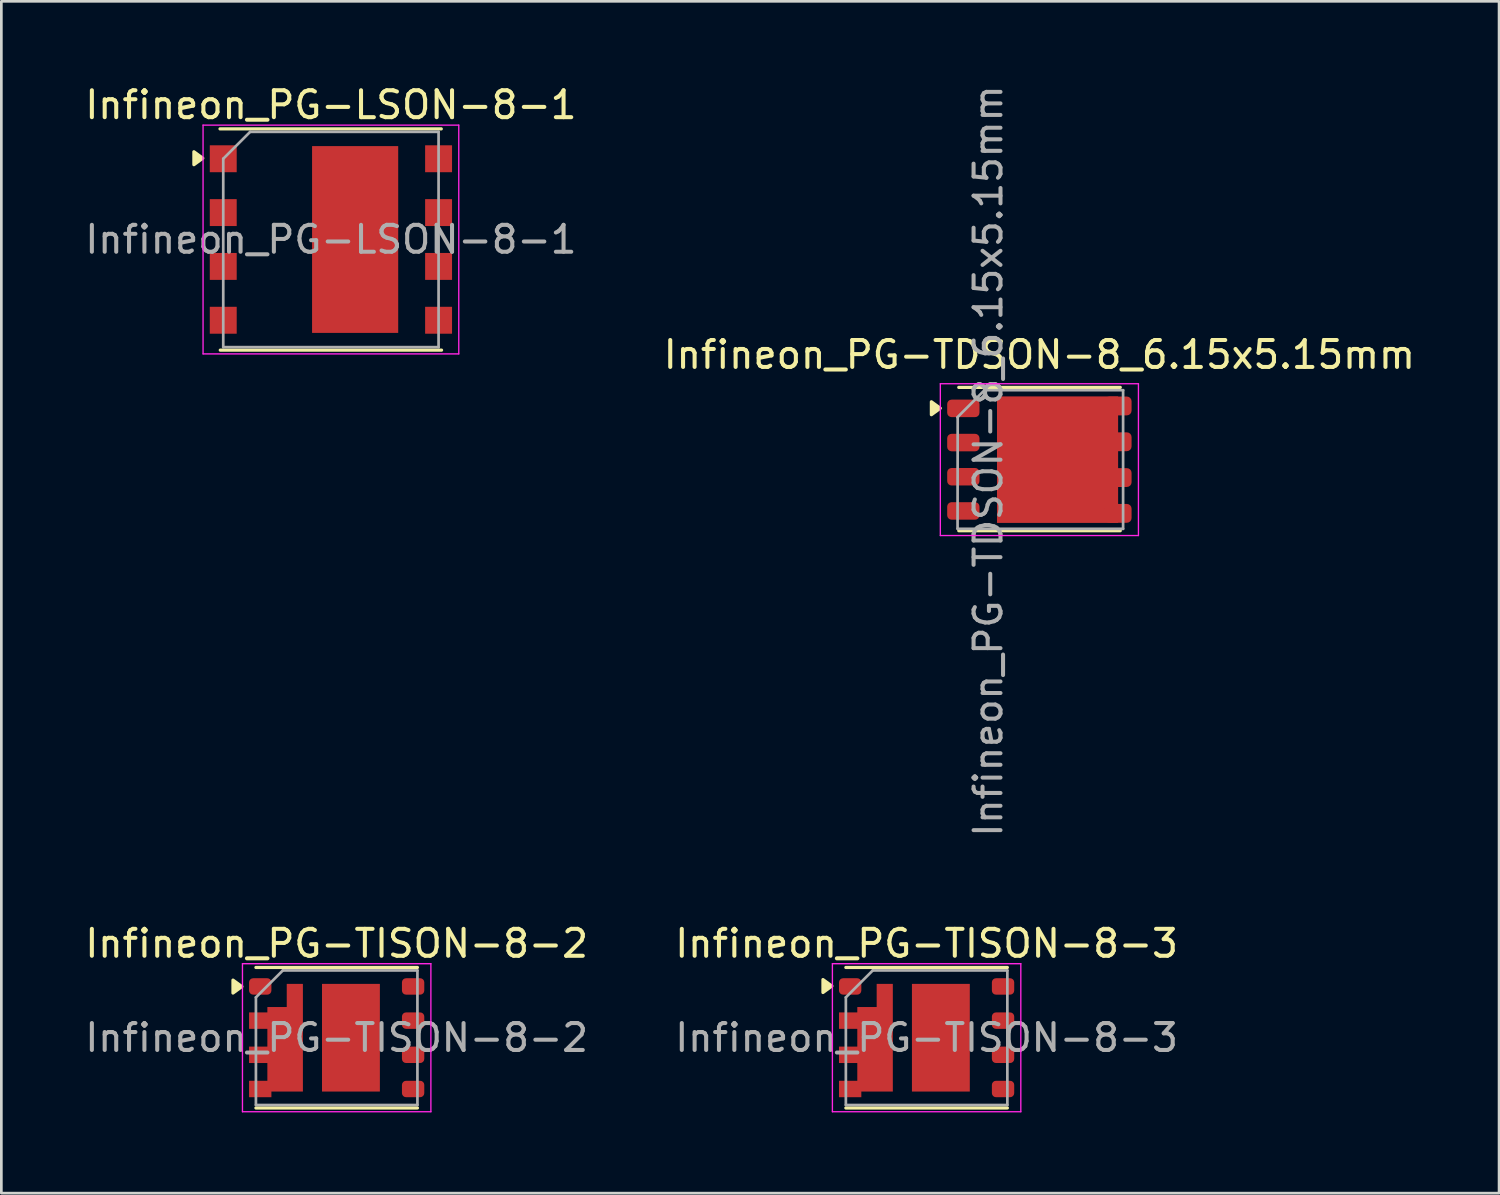
<source format=kicad_pcb>
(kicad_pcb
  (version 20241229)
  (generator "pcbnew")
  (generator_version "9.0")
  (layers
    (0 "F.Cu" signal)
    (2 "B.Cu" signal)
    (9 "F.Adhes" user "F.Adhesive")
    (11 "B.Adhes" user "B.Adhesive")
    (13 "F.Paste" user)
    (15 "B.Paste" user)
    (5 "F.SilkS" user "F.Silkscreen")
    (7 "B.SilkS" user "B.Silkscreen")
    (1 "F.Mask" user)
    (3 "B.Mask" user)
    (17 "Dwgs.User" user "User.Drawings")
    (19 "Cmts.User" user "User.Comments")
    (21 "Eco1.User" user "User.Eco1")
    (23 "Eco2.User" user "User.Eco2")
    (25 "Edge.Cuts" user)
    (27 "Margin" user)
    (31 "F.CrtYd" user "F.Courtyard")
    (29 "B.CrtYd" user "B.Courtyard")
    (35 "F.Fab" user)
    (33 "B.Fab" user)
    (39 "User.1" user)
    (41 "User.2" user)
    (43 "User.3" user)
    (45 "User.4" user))
  (footprint "Infineon_PG-LSON-8-1"
    (layer "F.Cu")
    (at 9.244 5.848)
    (property "Reference" "Infineon_PG-LSON-8-1" (at 0 -5 0) (layer "F.SilkS") (effects (font (size 1 1) (thickness 0.15))))
    (attr smd)
    (fp_line (start -4.12 -4.11) (end 4.1 -4.11) (stroke (width 0.12) (type solid)) (layer "F.SilkS"))
    (fp_line (start -4.11 4.11) (end 4.11 4.11) (stroke (width 0.12) (type solid)) (layer "F.SilkS"))
    (fp_poly (pts (xy -4.76 -3.02) (xy -5.09 -2.78) (xy -5.09 -3.26) (xy -4.76 -3.02)) (stroke (width 0.12) (type solid)) (fill yes) (layer "F.SilkS"))
    (fp_line (start -4.75 -4.25) (end -4.75 4.25) (stroke (width 0.05) (type solid)) (layer "F.CrtYd"))
    (fp_line (start -4.75 -4.25) (end 4.75 -4.25) (stroke (width 0.05) (type solid)) (layer "F.CrtYd"))
    (fp_line (start -4.75 4.25) (end 4.75 4.25) (stroke (width 0.05) (type solid)) (layer "F.CrtYd"))
    (fp_line (start 4.75 -4.25) (end 4.75 4.25) (stroke (width 0.05) (type solid)) (layer "F.CrtYd"))
    (fp_line (start -4 -3) (end -4 4) (stroke (width 0.1) (type solid)) (layer "F.Fab"))
    (fp_line (start -4 4) (end 4 4) (stroke (width 0.1) (type solid)) (layer "F.Fab"))
    (fp_line (start -3 -4) (end -4 -3) (stroke (width 0.1) (type solid)) (layer "F.Fab"))
    (fp_line (start -3 -4) (end 4 -4) (stroke (width 0.1) (type solid)) (layer "F.Fab"))
    (fp_line (start 4 -4) (end 4 4) (stroke (width 0.1) (type solid)) (layer "F.Fab"))
    (fp_text user "${REFERENCE}" (at 0 0 0) (layer "F.Fab") (effects (font (size 1 1) (thickness 0.15))))
    (pad "" smd rect (at 0.15 -2.55) (size 1.2 1.4) (layers "F.Paste"))
    (pad "" smd rect (at 0.15 -0.85) (size 1.2 1.4) (layers "F.Paste"))
    (pad "" smd rect (at 0.15 0.85) (size 1.2 1.4) (layers "F.Paste"))
    (pad "" smd rect (at 0.15 2.55) (size 1.2 1.4) (layers "F.Paste"))
    (pad "" smd rect (at 1.65 -2.55) (size 1.2 1.4) (layers "F.Paste"))
    (pad "" smd rect (at 1.65 -0.85) (size 1.2 1.4) (layers "F.Paste"))
    (pad "" smd rect (at 1.65 0.85) (size 1.2 1.4) (layers "F.Paste"))
    (pad "" smd rect (at 1.65 2.55) (size 1.2 1.4) (layers "F.Paste"))
    (pad "1" smd rect (at -4 -3) (size 1 1) (layers "F.Cu" "F.Mask" "F.Paste"))
    (pad "2" smd rect (at -4 -1) (size 1 1) (layers "F.Cu" "F.Mask" "F.Paste"))
    (pad "3" smd rect (at -4 1) (size 1 1) (layers "F.Cu" "F.Mask" "F.Paste"))
    (pad "4" smd rect (at -4 3) (size 1 1) (layers "F.Cu" "F.Mask" "F.Paste"))
    (pad "5" smd rect (at 4 3) (size 1 1) (layers "F.Cu" "F.Mask" "F.Paste"))
    (pad "6" smd rect (at 4 1) (size 1 1) (layers "F.Cu" "F.Mask" "F.Paste"))
    (pad "7" smd rect (at 4 -1) (size 1 1) (layers "F.Cu" "F.Mask" "F.Paste"))
    (pad "8" smd rect (at 4 -3) (size 1 1) (layers "F.Cu" "F.Mask" "F.Paste"))
    (pad "9" smd rect (at 0.9 0) (size 3.2 6.94) (layers "F.Cu" "F.Mask")))
  (footprint "Infineon_PG-TISON-8-3"
    (layer "F.Cu")
    (at 31.375 35.503)
    (property "Reference" "Infineon_PG-TISON-8-3" (at 0 -3.5 0) (layer "F.SilkS") (effects (font (size 1 1) (thickness 0.15))))
    (attr smd)
    (fp_line (start 3 -2.61) (end -3 -2.61) (stroke (width 0.12) (type solid)) (layer "F.SilkS"))
    (fp_line (start 3 2.61) (end -3 2.61) (stroke (width 0.12) (type solid)) (layer "F.SilkS"))
    (fp_poly (pts (xy -3.52 -1.92) (xy -3.85 -1.68) (xy -3.85 -2.16) (xy -3.52 -1.92)) (stroke (width 0.12) (type solid)) (fill yes) (layer "F.SilkS"))
    (fp_line (start -3.5 -2.75) (end 3.5 -2.75) (stroke (width 0.05) (type solid)) (layer "F.CrtYd"))
    (fp_line (start -3.5 2.75) (end -3.5 -2.75) (stroke (width 0.05) (type solid)) (layer "F.CrtYd"))
    (fp_line (start 3.5 -2.75) (end 3.5 2.75) (stroke (width 0.05) (type solid)) (layer "F.CrtYd"))
    (fp_line (start 3.5 2.75) (end -3.5 2.75) (stroke (width 0.05) (type solid)) (layer "F.CrtYd"))
    (fp_line (start -3 -1.5) (end -3 2.5) (stroke (width 0.1) (type solid)) (layer "F.Fab"))
    (fp_line (start -2 -2.5) (end -3 -1.5) (stroke (width 0.1) (type solid)) (layer "F.Fab"))
    (fp_line (start -2 -2.5) (end 3 -2.5) (stroke (width 0.1) (type solid)) (layer "F.Fab"))
    (fp_line (start 3 -2.5) (end 3 2.5) (stroke (width 0.1) (type solid)) (layer "F.Fab"))
    (fp_line (start 3 2.5) (end -3 2.5) (stroke (width 0.1) (type solid)) (layer "F.Fab"))
    (fp_text user "${REFERENCE}" (at 0 0 0) (layer "F.Fab") (effects (font (size 1 1) (thickness 0.15))))
    (pad "" smd rect (at -2.84 -0.635) (size 0.73 0.51) (layers "F.Paste"))
    (pad "" smd rect (at -2.84 0.635) (size 0.73 0.51) (layers "F.Paste"))
    (pad "" smd rect (at -2.84 1.905) (size 0.73 0.51) (layers "F.Paste"))
    (pad "" smd rect (at -1.82 -0.64) (size 0.9 0.5) (layers "F.Paste"))
    (pad "" smd rect (at -1.82 0.06) (size 0.9 0.5) (layers "F.Paste"))
    (pad "" smd rect (at -1.82 0.76) (size 0.9 0.5) (layers "F.Paste"))
    (pad "" smd rect (at -1.82 1.46) (size 0.9 0.5) (layers "F.Paste"))
    (pad "" smd rect (at -1.545 -1.6) (size 0.35 0.6) (layers "F.Paste"))
    (pad "" smd rect (at 0 -1.425) (size 0.75 0.75) (layers "F.Paste"))
    (pad "" smd rect (at 0 -0.475) (size 0.75 0.75) (layers "F.Paste"))
    (pad "" smd rect (at 0 0.475) (size 0.75 0.75) (layers "F.Paste"))
    (pad "" smd rect (at 0 1.425) (size 0.75 0.75) (layers "F.Paste"))
    (pad "" smd rect (at 1.025 -1.425) (size 0.75 0.75) (layers "F.Paste"))
    (pad "" smd rect (at 1.025 -0.475) (size 0.75 0.75) (layers "F.Paste"))
    (pad "" smd rect (at 1.025 0.475) (size 0.75 0.75) (layers "F.Paste"))
    (pad "" smd rect (at 1.025 1.425) (size 0.75 0.75) (layers "F.Paste"))
    (pad "1" smd roundrect (at -2.84 -1.905) (size 0.83 0.61) (layers "F.Cu" "F.Mask" "F.Paste") (roundrect_rratio 0.25))
    (pad "2" smd custom (at -1.555 0) (size 0.6 4) (layers "F.Cu" "F.Mask") (options (anchor rect)) (primitives (gr_poly (pts (xy -0.3 2) (xy -0.87 2) (xy -0.87 2.21) (xy -1.7 2.21) (xy -1.7 1.6) (xy -1.02 1.6) (xy -1.02 0.94) (xy -1.7 0.94) (xy -1.7 0.33) (xy -1.02 0.33) (xy -1.02 -0.33) (xy -1.7 -0.33) (xy -1.7 -0.94) (xy -1.02 -0.94) (xy -1.02 -1.14) (xy -0.3 -1.14)) (width 0) (fill yes))))
    (pad "3" smd roundrect (at 2.84 1.905) (size 0.83 0.61) (layers "F.Cu" "F.Mask" "F.Paste") (roundrect_rratio 0.25))
    (pad "4" smd roundrect (at 2.84 0.635) (size 0.83 0.61) (layers "F.Cu" "F.Mask" "F.Paste") (roundrect_rratio 0.25))
    (pad "5" smd roundrect (at 2.84 -0.635) (size 0.83 0.61) (layers "F.Cu" "F.Mask" "F.Paste") (roundrect_rratio 0.25))
    (pad "6" smd roundrect (at 2.84 -1.905) (size 0.83 0.61) (layers "F.Cu" "F.Mask" "F.Paste") (roundrect_rratio 0.25))
    (pad "7" smd rect (at 0.53 0) (size 2.15 4) (layers "F.Cu" "F.Mask")))
  (footprint "Infineon_PG-TDSON-8_6.15x5.15mm"
    (layer "F.Cu")
    (at 35.565 14.027)
    (property "Reference" "Infineon_PG-TDSON-8_6.15x5.15mm" (at 0 -3.9 0) (layer "F.SilkS") (effects (font (size 1 1) (thickness 0.15))))
    (attr smd)
    (fp_line (start 3.005 -2.685) (end -2.995 -2.685) (stroke (width 0.12) (type solid)) (layer "F.SilkS"))
    (fp_line (start 3.005 2.64) (end -2.995 2.64) (stroke (width 0.12) (type solid)) (layer "F.SilkS"))
    (fp_poly (pts (xy -3.682 -1.91) (xy -4.012 -1.67) (xy -4.012 -2.15) (xy -3.682 -1.91)) (stroke (width 0.12) (type solid)) (fill yes) (layer "F.SilkS"))
    (fp_line (start -3.68 -2.82) (end 3.68 -2.82) (stroke (width 0.05) (type solid)) (layer "F.CrtYd"))
    (fp_line (start -3.68 2.82) (end -3.68 -2.82) (stroke (width 0.05) (type solid)) (layer "F.CrtYd"))
    (fp_line (start 3.68 -2.82) (end 3.68 2.82) (stroke (width 0.05) (type solid)) (layer "F.CrtYd"))
    (fp_line (start 3.68 2.82) (end -3.68 2.82) (stroke (width 0.05) (type solid)) (layer "F.CrtYd"))
    (fp_line (start -3.035 -1.57) (end -3.04 2.56) (stroke (width 0.1) (type solid)) (layer "F.Fab"))
    (fp_line (start -2.045 -2.575) (end -3.045 -1.575) (stroke (width 0.1) (type solid)) (layer "F.Fab"))
    (fp_line (start -2.04 -2.58) (end 3.11 -2.58) (stroke (width 0.1) (type solid)) (layer "F.Fab"))
    (fp_line (start 3.11 -2.58) (end 3.11 2.57) (stroke (width 0.1) (type solid)) (layer "F.Fab"))
    (fp_line (start 3.11 2.57) (end -3.04 2.57) (stroke (width 0.1) (type solid)) (layer "F.Fab"))
    (fp_text user "${REFERENCE}" (at -1.9 0.05 90) (layer "F.Fab") (effects (font (size 1 1) (thickness 0.15))))
    (pad "" smd rect (at -0.8 -1.725) (size 0.9 0.9) (layers "F.Paste"))
    (pad "" smd rect (at -0.8 -0.575) (size 0.9 0.9) (layers "F.Paste"))
    (pad "" smd rect (at -0.8 0.575) (size 0.9 0.9) (layers "F.Paste"))
    (pad "" smd rect (at -0.8 1.725) (size 0.9 0.9) (layers "F.Paste"))
    (pad "" smd rect (at 0.425 -1.725) (size 0.9 0.9) (layers "F.Paste"))
    (pad "" smd rect (at 0.425 -0.575) (size 0.9 0.9) (layers "F.Paste"))
    (pad "" smd rect (at 0.425 0.575) (size 0.9 0.9) (layers "F.Paste"))
    (pad "" smd rect (at 0.425 1.725) (size 0.9 0.9) (layers "F.Paste"))
    (pad "" smd rect (at 1.625 -1.725) (size 0.9 0.9) (layers "F.Paste"))
    (pad "" smd rect (at 1.625 -0.575) (size 0.9 0.9) (layers "F.Paste"))
    (pad "" smd rect (at 1.625 0.575) (size 0.9 0.9) (layers "F.Paste"))
    (pad "" smd rect (at 1.625 1.725) (size 0.9 0.9) (layers "F.Paste"))
    (pad "1" smd roundrect (at -2.825 -1.905) (size 1.2 0.65) (layers "F.Cu" "F.Mask" "F.Paste") (roundrect_rratio 0.25))
    (pad "2" smd roundrect (at -2.825 -0.635) (size 1.2 0.65) (layers "F.Cu" "F.Mask" "F.Paste") (roundrect_rratio 0.25))
    (pad "3" smd roundrect (at -2.825 0.635) (size 1.2 0.65) (layers "F.Cu" "F.Mask" "F.Paste") (roundrect_rratio 0.25))
    (pad "4" smd roundrect (at -2.825 1.905) (size 1.2 0.65) (layers "F.Cu" "F.Mask" "F.Paste") (roundrect_rratio 0.25))
    (pad "5" smd rect (at 0.675 0) (size 4.5 4.7) (layers "F.Cu" "F.Mask"))
    (pad "5" smd roundrect (at 2.925 -1.995) (size 1 0.7) (layers "F.Cu" "F.Mask" "F.Paste") (roundrect_rratio 0.25))
    (pad "5" smd roundrect (at 2.925 -0.665) (size 1 0.7) (layers "F.Cu" "F.Mask" "F.Paste") (roundrect_rratio 0.25))
    (pad "5" smd roundrect (at 2.925 0.665) (size 1 0.7) (layers "F.Cu" "F.Mask" "F.Paste") (roundrect_rratio 0.25))
    (pad "5" smd roundrect (at 2.925 1.995) (size 1 0.7) (layers "F.Cu" "F.Mask" "F.Paste") (roundrect_rratio 0.25)))
  (footprint "Infineon_PG-TISON-8-2"
    (layer "F.Cu")
    (at 9.458 35.503)
    (property "Reference" "Infineon_PG-TISON-8-2" (at 0 -3.5 0) (layer "F.SilkS") (effects (font (size 1 1) (thickness 0.15))))
    (attr smd)
    (fp_line (start 3 -2.61) (end -3 -2.61) (stroke (width 0.12) (type solid)) (layer "F.SilkS"))
    (fp_line (start 3 2.61) (end -3 2.61) (stroke (width 0.12) (type solid)) (layer "F.SilkS"))
    (fp_poly (pts (xy -3.522 -1.9) (xy -3.852 -1.66) (xy -3.852 -2.14) (xy -3.522 -1.9)) (stroke (width 0.12) (type solid)) (fill yes) (layer "F.SilkS"))
    (fp_line (start -3.5 -2.75) (end 3.5 -2.75) (stroke (width 0.05) (type solid)) (layer "F.CrtYd"))
    (fp_line (start -3.5 2.75) (end -3.5 -2.75) (stroke (width 0.05) (type solid)) (layer "F.CrtYd"))
    (fp_line (start 3.5 -2.75) (end 3.5 2.75) (stroke (width 0.05) (type solid)) (layer "F.CrtYd"))
    (fp_line (start 3.5 2.75) (end -3.5 2.75) (stroke (width 0.05) (type solid)) (layer "F.CrtYd"))
    (fp_line (start -3 -1.5) (end -3 2.5) (stroke (width 0.1) (type solid)) (layer "F.Fab"))
    (fp_line (start -2 -2.5) (end -3 -1.5) (stroke (width 0.1) (type solid)) (layer "F.Fab"))
    (fp_line (start -2 -2.5) (end 3 -2.5) (stroke (width 0.1) (type solid)) (layer "F.Fab"))
    (fp_line (start 3 -2.5) (end 3 2.5) (stroke (width 0.1) (type solid)) (layer "F.Fab"))
    (fp_line (start 3 2.5) (end -3 2.5) (stroke (width 0.1) (type solid)) (layer "F.Fab"))
    (fp_text user "${REFERENCE}" (at 0 0 0) (layer "F.Fab") (effects (font (size 1 1) (thickness 0.15))))
    (pad "" smd rect (at -2.84 -0.635) (size 0.73 0.51) (layers "F.Paste"))
    (pad "" smd rect (at -2.84 0.635) (size 0.73 0.51) (layers "F.Paste"))
    (pad "" smd rect (at -2.84 1.905) (size 0.73 0.51) (layers "F.Paste"))
    (pad "" smd rect (at -1.82 -0.64) (size 0.9 0.5) (layers "F.Paste"))
    (pad "" smd rect (at -1.82 0.06) (size 0.9 0.5) (layers "F.Paste"))
    (pad "" smd rect (at -1.82 0.76) (size 0.9 0.5) (layers "F.Paste"))
    (pad "" smd rect (at -1.82 1.46) (size 0.9 0.5) (layers "F.Paste"))
    (pad "" smd rect (at -1.545 -1.6) (size 0.35 0.6) (layers "F.Paste"))
    (pad "" smd rect (at 0 -1.425) (size 0.75 0.75) (layers "F.Paste"))
    (pad "" smd rect (at 0 -0.475) (size 0.75 0.75) (layers "F.Paste"))
    (pad "" smd rect (at 0 0.475) (size 0.75 0.75) (layers "F.Paste"))
    (pad "" smd rect (at 0 1.425) (size 0.75 0.75) (layers "F.Paste"))
    (pad "" smd rect (at 1.025 -1.425) (size 0.75 0.75) (layers "F.Paste"))
    (pad "" smd rect (at 1.025 -0.475) (size 0.75 0.75) (layers "F.Paste"))
    (pad "" smd rect (at 1.025 0.475) (size 0.75 0.75) (layers "F.Paste"))
    (pad "" smd rect (at 1.025 1.425) (size 0.75 0.75) (layers "F.Paste"))
    (pad "1" smd roundrect (at -2.84 -1.905) (size 0.83 0.61) (layers "F.Cu" "F.Mask" "F.Paste") (roundrect_rratio 0.25))
    (pad "2" smd custom (at -1.555 0) (size 0.6 4) (layers "F.Cu" "F.Mask") (options (anchor rect)) (primitives (gr_poly (pts (xy -0.3 2) (xy -0.87 2) (xy -0.87 2.21) (xy -1.7 2.21) (xy -1.7 1.6) (xy -1.02 1.6) (xy -1.02 0.94) (xy -1.7 0.94) (xy -1.7 0.33) (xy -1.02 0.33) (xy -1.02 -0.33) (xy -1.7 -0.33) (xy -1.7 -0.94) (xy -1.02 -0.94) (xy -1.02 -1.14) (xy -0.3 -1.14)) (width 0) (fill yes))))
    (pad "3" smd roundrect (at 2.84 1.905) (size 0.83 0.61) (layers "F.Cu" "F.Mask" "F.Paste") (roundrect_rratio 0.25))
    (pad "4" smd roundrect (at 2.84 0.635) (size 0.83 0.61) (layers "F.Cu" "F.Mask" "F.Paste") (roundrect_rratio 0.25))
    (pad "5" smd roundrect (at 2.84 -0.635) (size 0.83 0.61) (layers "F.Cu" "F.Mask" "F.Paste") (roundrect_rratio 0.25))
    (pad "6" smd roundrect (at 2.84 -1.905) (size 0.83 0.61) (layers "F.Cu" "F.Mask" "F.Paste") (roundrect_rratio 0.25))
    (pad "7" smd rect (at 0.53 0) (size 2.15 4) (layers "F.Cu" "F.Mask")))
  (gr_rect
    (start -3 -3)
    (end 52.643 41.278)
    (stroke (width 0.1) (type default))
    (fill no)
    (layer "Edge.Cuts")))
</source>
